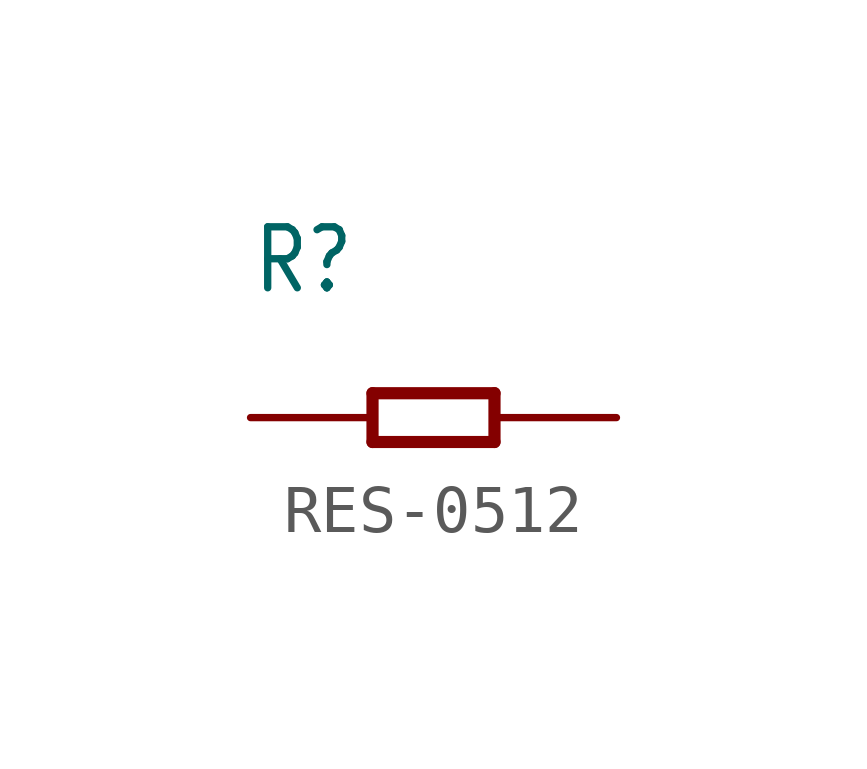
<source format=kicad_sym>
(kicad_symbol_lib
  (version 20220914)
  (generator kicad_symbol_editor)
  (symbol "RES-0512"
    (property "Reference" "R"
      (at -3.81 2.54 0)
      (effects (font (size 1.27 1.079)) (justify left bottom)))
    (property "Value" ""
      (at -3.81 1.27 0)
      (effects (font (size 1.27 1.079)) (justify left bottom)))
    (property "ki_locked" ""
      (at 0 0 0)
      (effects (font (size 1.27 1.27))))
    (symbol "RES-0512_1_0"
      (polyline (pts (xy -1.27 -0.508) (xy -1.27 0.508)) (stroke (width 0.254) (type solid)) (fill (type none)))
      (polyline (pts (xy -1.27 0.508) (xy 1.27 0.508)) (stroke (width 0.254) (type solid)) (fill (type none)))
      (polyline (pts (xy 1.27 -0.508) (xy -1.27 -0.508)) (stroke (width 0.254) (type solid)) (fill (type none)))
      (polyline (pts (xy 1.27 0.508) (xy 1.27 -0.508)) (stroke (width 0.254) (type solid)) (fill (type none)))
      (pin passive line (at -3.81 0 0) (length 2.54) (name "1" (effects (font (size 0 0)))) (number "1" (effects (font (size 0 0)))))
      (pin passive line (at 3.81 0 180) (length 2.54) (name "2" (effects (font (size 0 0)))) (number "2" (effects (font (size 0 0))))))))
</source>
